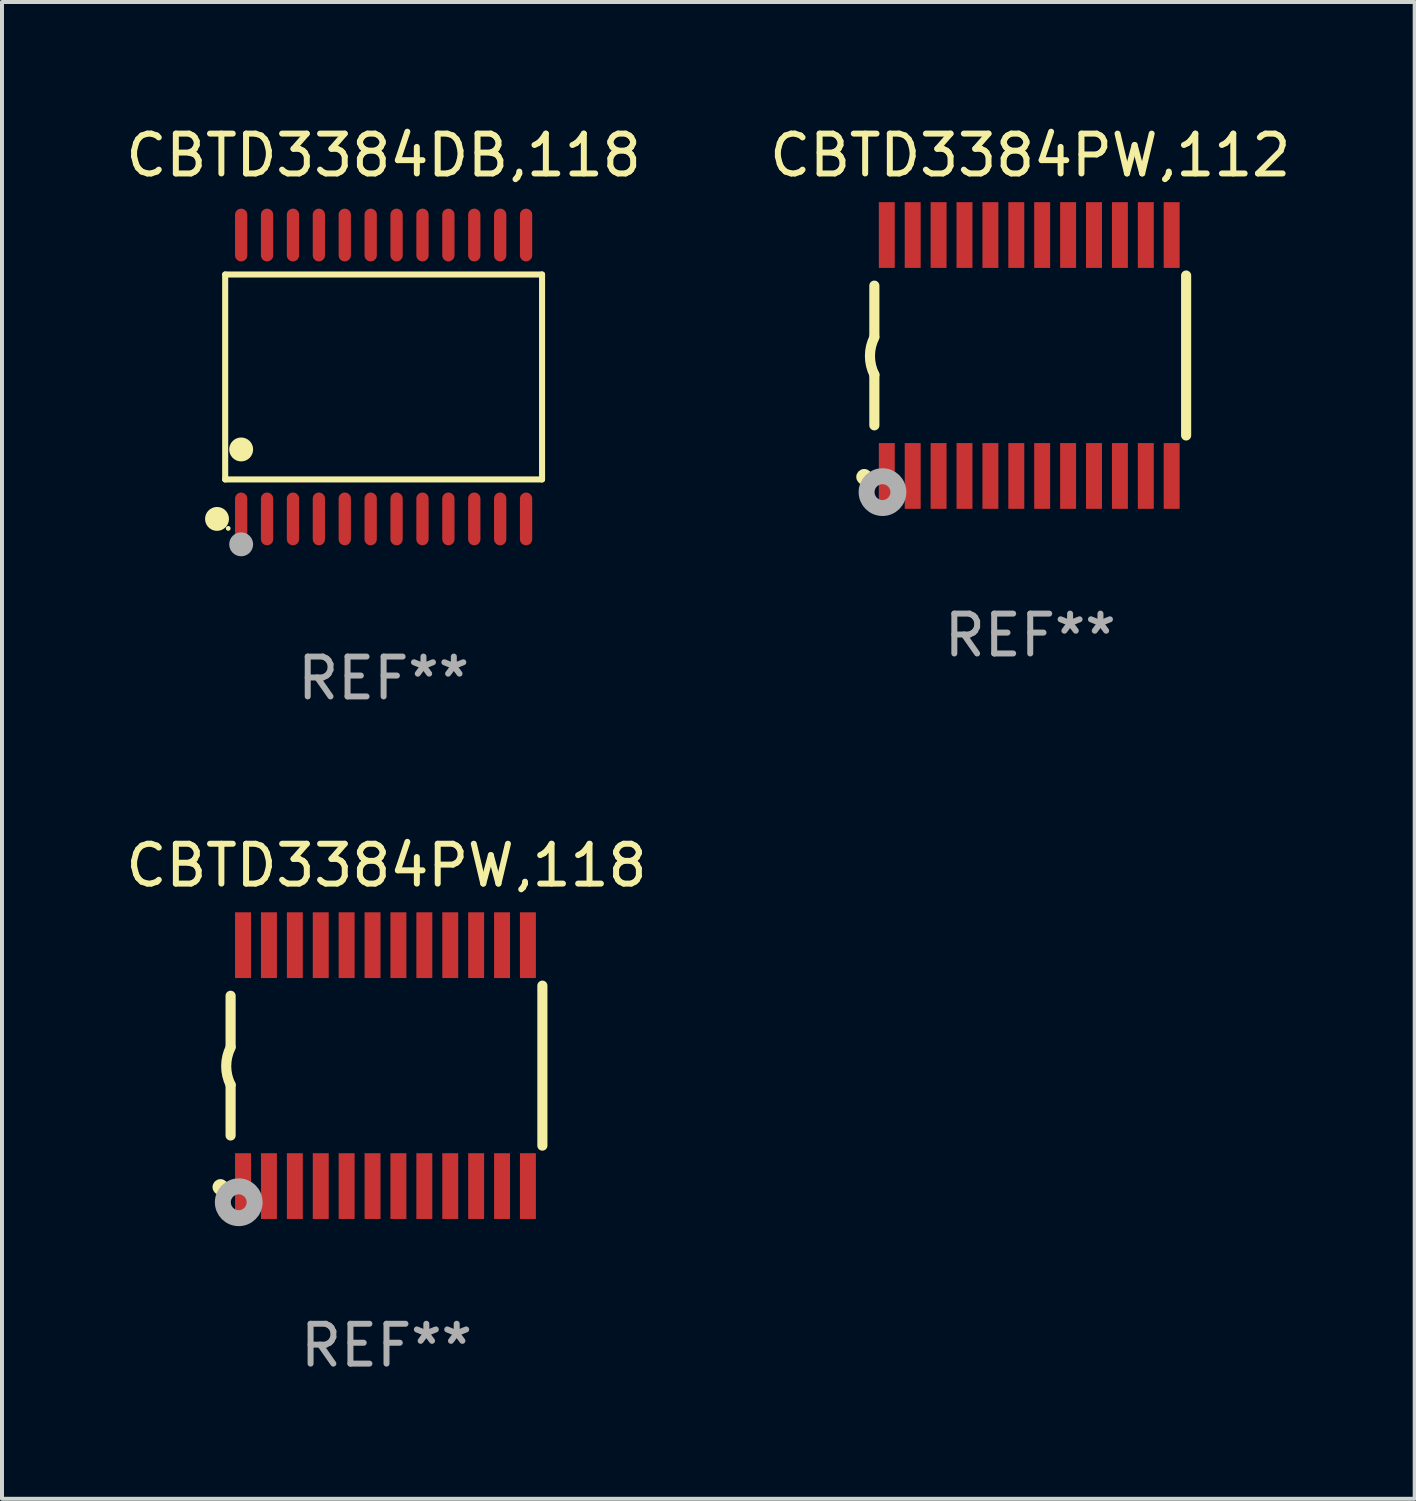
<source format=kicad_pcb>
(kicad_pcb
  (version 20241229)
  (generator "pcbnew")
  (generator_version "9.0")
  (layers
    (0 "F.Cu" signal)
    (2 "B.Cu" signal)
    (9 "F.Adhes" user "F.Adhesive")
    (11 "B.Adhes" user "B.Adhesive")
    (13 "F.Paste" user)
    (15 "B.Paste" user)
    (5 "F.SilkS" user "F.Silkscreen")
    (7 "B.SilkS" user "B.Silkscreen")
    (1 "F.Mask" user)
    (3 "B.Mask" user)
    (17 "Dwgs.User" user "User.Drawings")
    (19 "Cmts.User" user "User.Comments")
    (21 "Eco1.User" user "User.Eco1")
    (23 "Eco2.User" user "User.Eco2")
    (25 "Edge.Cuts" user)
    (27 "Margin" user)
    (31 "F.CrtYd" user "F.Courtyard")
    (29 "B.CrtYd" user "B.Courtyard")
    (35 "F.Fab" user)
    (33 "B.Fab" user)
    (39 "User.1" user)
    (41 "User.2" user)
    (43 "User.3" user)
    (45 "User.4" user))
  (footprint "CBTD3384PW,118"
    (layer "F.Cu")
    (at 6.649 23.692)
    (property "Reference" "CBTD3384PW,118" (at 0 -5.023 0) (layer "F.SilkS") (effects (font (size 1 1) (thickness 0.15))))
    (attr through_hole)
    (fp_line (start -3.912 -0.483) (end -3.912 -1.753) (stroke (width 0.254) (type solid)) (layer "F.SilkS"))
    (fp_line (start -3.912 1.753) (end -3.912 0.483) (stroke (width 0.254) (type solid)) (layer "F.SilkS"))
    (fp_line (start 3.912 -2.007) (end 3.912 2.007) (stroke (width 0.254) (type solid)) (layer "F.SilkS"))
    (fp_arc (start -3.911608 0.482601) (mid -4.022537 0.0127) (end -3.911608 -0.457201) (stroke (width 0.254001) (type solid)) (layer "F.SilkS"))
    (fp_circle (center -4.166 3.048) (end -4.066 3.048) (stroke (width 0.2) (type solid)) (fill no) (layer "F.SilkS"))
    (fp_circle (center -3.925 3.186) (end -3.895 3.186) (stroke (width 0.06) (type solid)) (fill no) (layer "F.SilkS"))
    (fp_circle (center -3.708 3.429) (end -3.509 3.429) (stroke (width 0.4) (type solid)) (fill no) (layer "F.Fab"))
    (fp_text user "REF**" (at 0 7.023 0) (layer "F.Fab") (effects (font (size 1 1) (thickness 0.15))))
    (pad "1" smd rect (at -3.6 3.023) (size 0.4 1.65) (layers "F.Cu" "F.Mask" "F.Paste"))
    (pad "2" smd rect (at -2.95 3.023) (size 0.4 1.65) (layers "F.Cu" "F.Mask" "F.Paste"))
    (pad "3" smd rect (at -2.3 3.023) (size 0.4 1.65) (layers "F.Cu" "F.Mask" "F.Paste"))
    (pad "4" smd rect (at -1.65 3.023) (size 0.4 1.65) (layers "F.Cu" "F.Mask" "F.Paste"))
    (pad "5" smd rect (at -1 3.023) (size 0.4 1.65) (layers "F.Cu" "F.Mask" "F.Paste"))
    (pad "6" smd rect (at -0.35 3.023) (size 0.4 1.65) (layers "F.Cu" "F.Mask" "F.Paste"))
    (pad "7" smd rect (at 0.299 3.023) (size 0.4 1.65) (layers "F.Cu" "F.Mask" "F.Paste"))
    (pad "8" smd rect (at 0.95 3.023) (size 0.4 1.65) (layers "F.Cu" "F.Mask" "F.Paste"))
    (pad "9" smd rect (at 1.6 3.023) (size 0.4 1.65) (layers "F.Cu" "F.Mask" "F.Paste"))
    (pad "10" smd rect (at 2.25 3.023) (size 0.4 1.65) (layers "F.Cu" "F.Mask" "F.Paste"))
    (pad "11" smd rect (at 2.9 3.023) (size 0.4 1.65) (layers "F.Cu" "F.Mask" "F.Paste"))
    (pad "12" smd rect (at 3.549 3.023) (size 0.4 1.65) (layers "F.Cu" "F.Mask" "F.Paste"))
    (pad "13" smd rect (at 3.549 -3.023) (size 0.4 1.65) (layers "F.Cu" "F.Mask" "F.Paste"))
    (pad "14" smd rect (at 2.9 -3.023) (size 0.4 1.65) (layers "F.Cu" "F.Mask" "F.Paste"))
    (pad "15" smd rect (at 2.25 -3.023) (size 0.4 1.65) (layers "F.Cu" "F.Mask" "F.Paste"))
    (pad "16" smd rect (at 1.6 -3.023) (size 0.4 1.65) (layers "F.Cu" "F.Mask" "F.Paste"))
    (pad "17" smd rect (at 0.95 -3.023) (size 0.4 1.65) (layers "F.Cu" "F.Mask" "F.Paste"))
    (pad "18" smd rect (at 0.299 -3.023) (size 0.4 1.65) (layers "F.Cu" "F.Mask" "F.Paste"))
    (pad "19" smd rect (at -0.35 -3.023) (size 0.4 1.65) (layers "F.Cu" "F.Mask" "F.Paste"))
    (pad "20" smd rect (at -1 -3.023) (size 0.4 1.65) (layers "F.Cu" "F.Mask" "F.Paste"))
    (pad "21" smd rect (at -1.65 -3.023) (size 0.4 1.65) (layers "F.Cu" "F.Mask" "F.Paste"))
    (pad "22" smd rect (at -2.3 -3.023) (size 0.4 1.65) (layers "F.Cu" "F.Mask" "F.Paste"))
    (pad "23" smd rect (at -2.95 -3.023) (size 0.4 1.65) (layers "F.Cu" "F.Mask" "F.Paste"))
    (pad "24" smd rect (at -3.6 -3.023) (size 0.4 1.65) (layers "F.Cu" "F.Mask" "F.Paste")))
  (footprint "CBTD3384PW,112"
    (layer "F.Cu")
    (at 22.804 5.871)
    (property "Reference" "CBTD3384PW,112" (at 0 -5.023 0) (layer "F.SilkS") (effects (font (size 1 1) (thickness 0.15))))
    (attr through_hole)
    (fp_line (start -3.912 -0.483) (end -3.912 -1.753) (stroke (width 0.254) (type solid)) (layer "F.SilkS"))
    (fp_line (start -3.912 1.753) (end -3.912 0.483) (stroke (width 0.254) (type solid)) (layer "F.SilkS"))
    (fp_line (start 3.912 -2.007) (end 3.912 2.007) (stroke (width 0.254) (type solid)) (layer "F.SilkS"))
    (fp_arc (start -3.911608 0.482601) (mid -4.022537 0.0127) (end -3.911608 -0.457201) (stroke (width 0.254001) (type solid)) (layer "F.SilkS"))
    (fp_circle (center -4.166 3.048) (end -4.066 3.048) (stroke (width 0.2) (type solid)) (fill no) (layer "F.SilkS"))
    (fp_circle (center -3.925 3.186) (end -3.895 3.186) (stroke (width 0.06) (type solid)) (fill no) (layer "F.SilkS"))
    (fp_circle (center -3.708 3.429) (end -3.509 3.429) (stroke (width 0.4) (type solid)) (fill no) (layer "F.Fab"))
    (fp_text user "REF**" (at 0 7.023 0) (layer "F.Fab") (effects (font (size 1 1) (thickness 0.15))))
    (pad "1" smd rect (at -3.6 3.023) (size 0.4 1.65) (layers "F.Cu" "F.Mask" "F.Paste"))
    (pad "2" smd rect (at -2.95 3.023) (size 0.4 1.65) (layers "F.Cu" "F.Mask" "F.Paste"))
    (pad "3" smd rect (at -2.3 3.023) (size 0.4 1.65) (layers "F.Cu" "F.Mask" "F.Paste"))
    (pad "4" smd rect (at -1.65 3.023) (size 0.4 1.65) (layers "F.Cu" "F.Mask" "F.Paste"))
    (pad "5" smd rect (at -1 3.023) (size 0.4 1.65) (layers "F.Cu" "F.Mask" "F.Paste"))
    (pad "6" smd rect (at -0.35 3.023) (size 0.4 1.65) (layers "F.Cu" "F.Mask" "F.Paste"))
    (pad "7" smd rect (at 0.299 3.023) (size 0.4 1.65) (layers "F.Cu" "F.Mask" "F.Paste"))
    (pad "8" smd rect (at 0.95 3.023) (size 0.4 1.65) (layers "F.Cu" "F.Mask" "F.Paste"))
    (pad "9" smd rect (at 1.6 3.023) (size 0.4 1.65) (layers "F.Cu" "F.Mask" "F.Paste"))
    (pad "10" smd rect (at 2.25 3.023) (size 0.4 1.65) (layers "F.Cu" "F.Mask" "F.Paste"))
    (pad "11" smd rect (at 2.9 3.023) (size 0.4 1.65) (layers "F.Cu" "F.Mask" "F.Paste"))
    (pad "12" smd rect (at 3.549 3.023) (size 0.4 1.65) (layers "F.Cu" "F.Mask" "F.Paste"))
    (pad "13" smd rect (at 3.549 -3.023) (size 0.4 1.65) (layers "F.Cu" "F.Mask" "F.Paste"))
    (pad "14" smd rect (at 2.9 -3.023) (size 0.4 1.65) (layers "F.Cu" "F.Mask" "F.Paste"))
    (pad "15" smd rect (at 2.25 -3.023) (size 0.4 1.65) (layers "F.Cu" "F.Mask" "F.Paste"))
    (pad "16" smd rect (at 1.6 -3.023) (size 0.4 1.65) (layers "F.Cu" "F.Mask" "F.Paste"))
    (pad "17" smd rect (at 0.95 -3.023) (size 0.4 1.65) (layers "F.Cu" "F.Mask" "F.Paste"))
    (pad "18" smd rect (at 0.299 -3.023) (size 0.4 1.65) (layers "F.Cu" "F.Mask" "F.Paste"))
    (pad "19" smd rect (at -0.35 -3.023) (size 0.4 1.65) (layers "F.Cu" "F.Mask" "F.Paste"))
    (pad "20" smd rect (at -1 -3.023) (size 0.4 1.65) (layers "F.Cu" "F.Mask" "F.Paste"))
    (pad "21" smd rect (at -1.65 -3.023) (size 0.4 1.65) (layers "F.Cu" "F.Mask" "F.Paste"))
    (pad "22" smd rect (at -2.3 -3.023) (size 0.4 1.65) (layers "F.Cu" "F.Mask" "F.Paste"))
    (pad "23" smd rect (at -2.95 -3.023) (size 0.4 1.65) (layers "F.Cu" "F.Mask" "F.Paste"))
    (pad "24" smd rect (at -3.6 -3.023) (size 0.4 1.65) (layers "F.Cu" "F.Mask" "F.Paste")))
  (footprint "CBTD3384DB,118"
    (layer "F.Cu")
    (at 6.577 6.41)
    (property "Reference" "CBTD3384DB,118" (at 0 -5.562 0) (layer "F.SilkS") (effects (font (size 1 1) (thickness 0.15))))
    (attr through_hole)
    (fp_line (start -3.976 -2.571) (end 3.976 -2.571) (stroke (width 0.152) (type solid)) (layer "F.SilkS"))
    (fp_line (start -3.976 2.571) (end -3.976 -2.571) (stroke (width 0.152) (type solid)) (layer "F.SilkS"))
    (fp_line (start 3.976 -2.571) (end 3.976 2.571) (stroke (width 0.152) (type solid)) (layer "F.SilkS"))
    (fp_line (start 3.976 2.571) (end -3.976 2.571) (stroke (width 0.152) (type solid)) (layer "F.SilkS"))
    (fp_circle (center -4.181 3.562) (end -4.031 3.562) (stroke (width 0.3) (type solid)) (fill no) (layer "F.SilkS"))
    (fp_circle (center -3.9 3.8) (end -3.87 3.8) (stroke (width 0.06) (type solid)) (fill no) (layer "F.SilkS"))
    (fp_circle (center -3.575 1.819) (end -3.425 1.819) (stroke (width 0.3) (type solid)) (fill no) (layer "F.SilkS"))
    (fp_circle (center -3.575 4.2) (end -3.425 4.2) (stroke (width 0.3) (type solid)) (fill no) (layer "F.Fab"))
    (fp_text user "REF**" (at 0 7.562 0) (layer "F.Fab") (effects (font (size 1 1) (thickness 0.15))))
    (pad "1" smd oval (at -3.575 3.562) (size 0.308 1.324) (layers "F.Cu" "F.Mask" "F.Paste"))
    (pad "2" smd oval (at -2.925 3.562) (size 0.308 1.324) (layers "F.Cu" "F.Mask" "F.Paste"))
    (pad "3" smd oval (at -2.275 3.562) (size 0.308 1.324) (layers "F.Cu" "F.Mask" "F.Paste"))
    (pad "4" smd oval (at -1.625 3.562) (size 0.308 1.324) (layers "F.Cu" "F.Mask" "F.Paste"))
    (pad "5" smd oval (at -0.975 3.562) (size 0.308 1.324) (layers "F.Cu" "F.Mask" "F.Paste"))
    (pad "6" smd oval (at -0.325 3.562) (size 0.308 1.324) (layers "F.Cu" "F.Mask" "F.Paste"))
    (pad "7" smd oval (at 0.325 3.562) (size 0.308 1.324) (layers "F.Cu" "F.Mask" "F.Paste"))
    (pad "8" smd oval (at 0.975 3.562) (size 0.308 1.324) (layers "F.Cu" "F.Mask" "F.Paste"))
    (pad "9" smd oval (at 1.625 3.562) (size 0.308 1.324) (layers "F.Cu" "F.Mask" "F.Paste"))
    (pad "10" smd oval (at 2.275 3.562) (size 0.308 1.324) (layers "F.Cu" "F.Mask" "F.Paste"))
    (pad "11" smd oval (at 2.925 3.562) (size 0.308 1.324) (layers "F.Cu" "F.Mask" "F.Paste"))
    (pad "12" smd oval (at 3.575 3.562) (size 0.308 1.324) (layers "F.Cu" "F.Mask" "F.Paste"))
    (pad "13" smd oval (at 3.575 -3.562) (size 0.308 1.324) (layers "F.Cu" "F.Mask" "F.Paste"))
    (pad "14" smd oval (at 2.925 -3.562) (size 0.308 1.324) (layers "F.Cu" "F.Mask" "F.Paste"))
    (pad "15" smd oval (at 2.275 -3.562) (size 0.308 1.324) (layers "F.Cu" "F.Mask" "F.Paste"))
    (pad "16" smd oval (at 1.625 -3.562) (size 0.308 1.324) (layers "F.Cu" "F.Mask" "F.Paste"))
    (pad "17" smd oval (at 0.975 -3.562) (size 0.308 1.324) (layers "F.Cu" "F.Mask" "F.Paste"))
    (pad "18" smd oval (at 0.325 -3.562) (size 0.308 1.324) (layers "F.Cu" "F.Mask" "F.Paste"))
    (pad "19" smd oval (at -0.325 -3.562) (size 0.308 1.324) (layers "F.Cu" "F.Mask" "F.Paste"))
    (pad "20" smd oval (at -0.975 -3.562) (size 0.308 1.324) (layers "F.Cu" "F.Mask" "F.Paste"))
    (pad "21" smd oval (at -1.625 -3.562) (size 0.308 1.324) (layers "F.Cu" "F.Mask" "F.Paste"))
    (pad "22" smd oval (at -2.275 -3.562) (size 0.308 1.324) (layers "F.Cu" "F.Mask" "F.Paste"))
    (pad "23" smd oval (at -2.925 -3.562) (size 0.308 1.324) (layers "F.Cu" "F.Mask" "F.Paste"))
    (pad "24" smd oval (at -3.575 -3.562) (size 0.308 1.324) (layers "F.Cu" "F.Mask" "F.Paste")))
  (gr_rect
    (start -3 -3)
    (end 32.452 34.562)
    (stroke (width 0.1) (type default))
    (fill no)
    (layer "Edge.Cuts")))
</source>
